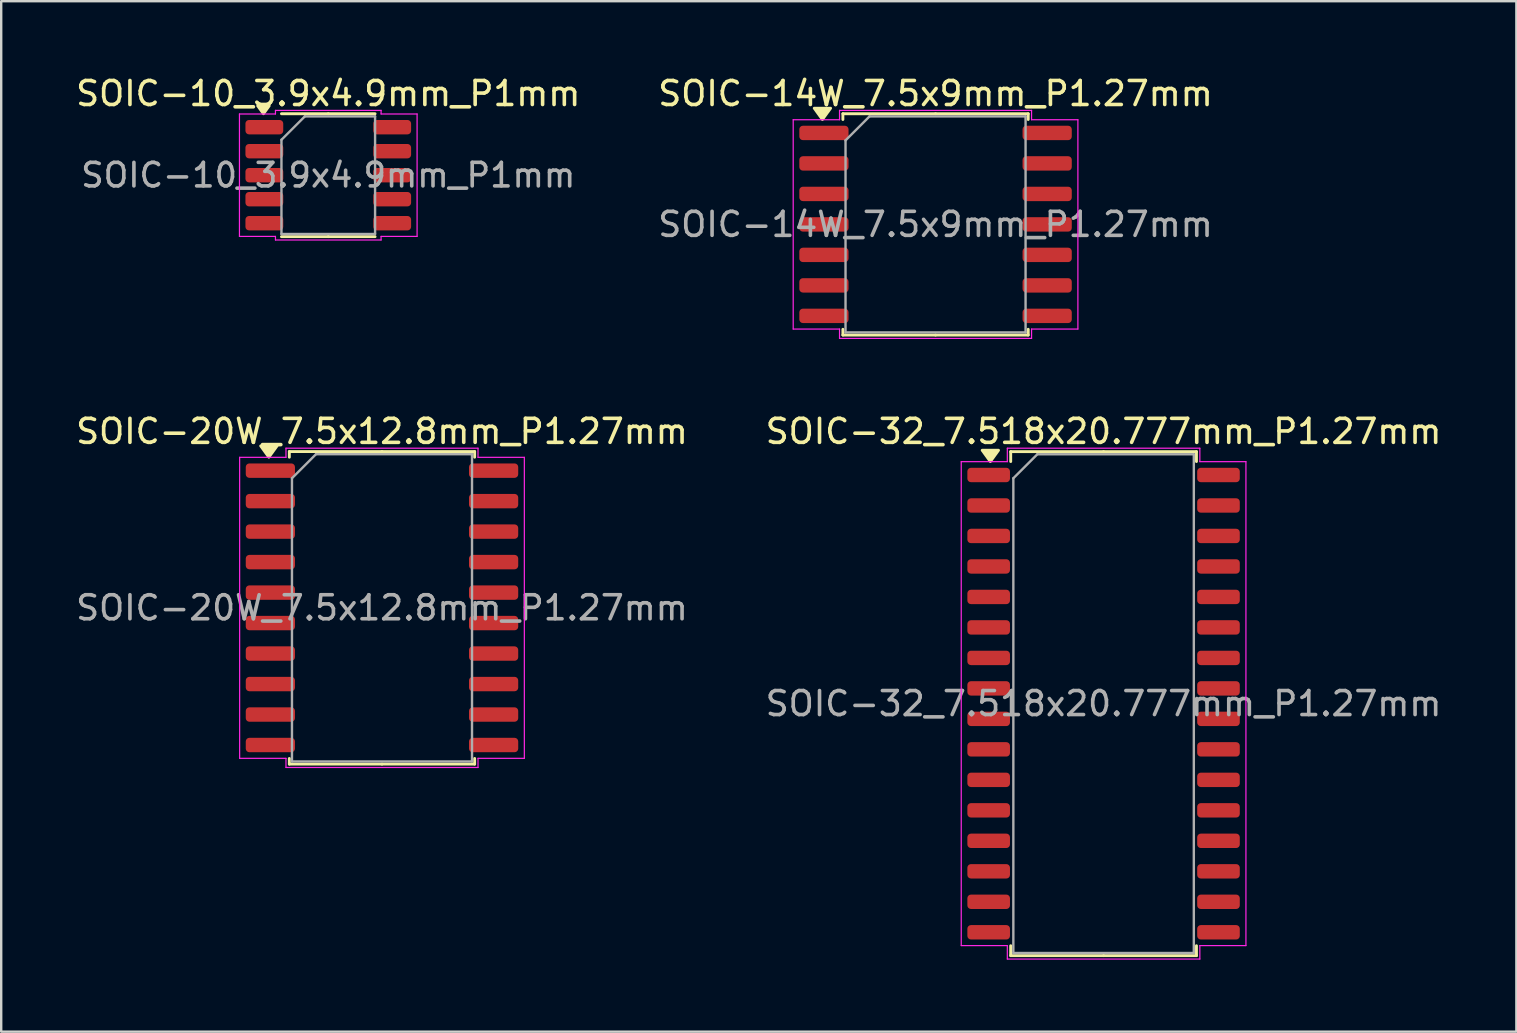
<source format=kicad_pcb>
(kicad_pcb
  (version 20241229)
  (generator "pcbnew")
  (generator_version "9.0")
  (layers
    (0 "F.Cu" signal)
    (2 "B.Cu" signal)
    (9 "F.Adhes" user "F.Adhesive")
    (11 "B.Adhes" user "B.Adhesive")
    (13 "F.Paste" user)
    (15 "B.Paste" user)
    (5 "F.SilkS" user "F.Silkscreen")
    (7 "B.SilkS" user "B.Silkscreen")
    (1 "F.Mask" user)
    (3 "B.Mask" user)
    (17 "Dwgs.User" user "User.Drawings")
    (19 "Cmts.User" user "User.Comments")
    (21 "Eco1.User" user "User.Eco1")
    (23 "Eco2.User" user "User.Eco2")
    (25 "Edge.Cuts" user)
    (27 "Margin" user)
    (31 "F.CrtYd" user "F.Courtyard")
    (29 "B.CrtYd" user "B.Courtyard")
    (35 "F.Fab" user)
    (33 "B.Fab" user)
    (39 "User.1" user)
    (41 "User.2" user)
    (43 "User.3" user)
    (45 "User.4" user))
  (footprint "SOIC-14W_7.5x9mm_P1.27mm"
    (layer "F.Cu")
    (at 35.923 6.298)
    (property "Reference" "SOIC-14W_7.5x9mm_P1.27mm" (at 0 -5.45 0) (layer "F.SilkS") (effects (font (size 1 1) (thickness 0.15))))
    (attr smd)
    (fp_line (start -3.86 -4.61) (end -3.86 -4.37) (stroke (width 0.12) (type solid)) (layer "F.SilkS"))
    (fp_line (start -3.86 4.61) (end -3.86 4.37) (stroke (width 0.12) (type solid)) (layer "F.SilkS"))
    (fp_line (start 0 -4.61) (end -3.86 -4.61) (stroke (width 0.12) (type solid)) (layer "F.SilkS"))
    (fp_line (start 0 -4.61) (end 3.86 -4.61) (stroke (width 0.12) (type solid)) (layer "F.SilkS"))
    (fp_line (start 0 4.61) (end -3.86 4.61) (stroke (width 0.12) (type solid)) (layer "F.SilkS"))
    (fp_line (start 0 4.61) (end 3.86 4.61) (stroke (width 0.12) (type solid)) (layer "F.SilkS"))
    (fp_line (start 3.86 -4.61) (end 3.86 -4.37) (stroke (width 0.12) (type solid)) (layer "F.SilkS"))
    (fp_line (start 3.86 4.61) (end 3.86 4.37) (stroke (width 0.12) (type solid)) (layer "F.SilkS"))
    (fp_poly (pts (xy -4.713 -4.37) (xy -5.053 -4.84) (xy -4.372 -4.84)) (stroke (width 0.12) (type solid)) (fill yes) (layer "F.SilkS"))
    (fp_line (start -5.93 -4.36) (end -4 -4.36) (stroke (width 0.05) (type solid)) (layer "F.CrtYd"))
    (fp_line (start -5.93 4.36) (end -5.93 -4.36) (stroke (width 0.05) (type solid)) (layer "F.CrtYd"))
    (fp_line (start -4 -4.75) (end 4 -4.75) (stroke (width 0.05) (type solid)) (layer "F.CrtYd"))
    (fp_line (start -4 -4.36) (end -4 -4.75) (stroke (width 0.05) (type solid)) (layer "F.CrtYd"))
    (fp_line (start -4 4.36) (end -5.93 4.36) (stroke (width 0.05) (type solid)) (layer "F.CrtYd"))
    (fp_line (start -4 4.75) (end -4 4.36) (stroke (width 0.05) (type solid)) (layer "F.CrtYd"))
    (fp_line (start 4 -4.75) (end 4 -4.36) (stroke (width 0.05) (type solid)) (layer "F.CrtYd"))
    (fp_line (start 4 -4.36) (end 5.93 -4.36) (stroke (width 0.05) (type solid)) (layer "F.CrtYd"))
    (fp_line (start 4 4.36) (end 4 4.75) (stroke (width 0.05) (type solid)) (layer "F.CrtYd"))
    (fp_line (start 4 4.75) (end -4 4.75) (stroke (width 0.05) (type solid)) (layer "F.CrtYd"))
    (fp_line (start 5.93 -4.36) (end 5.93 4.36) (stroke (width 0.05) (type solid)) (layer "F.CrtYd"))
    (fp_line (start 5.93 4.36) (end 4 4.36) (stroke (width 0.05) (type solid)) (layer "F.CrtYd"))
    (fp_line (start -3.75 -3.5) (end -2.75 -4.5) (stroke (width 0.1) (type solid)) (layer "F.Fab"))
    (fp_line (start -3.75 4.5) (end -3.75 -3.5) (stroke (width 0.1) (type solid)) (layer "F.Fab"))
    (fp_line (start -2.75 -4.5) (end 3.75 -4.5) (stroke (width 0.1) (type solid)) (layer "F.Fab"))
    (fp_line (start 3.75 -4.5) (end 3.75 4.5) (stroke (width 0.1) (type solid)) (layer "F.Fab"))
    (fp_line (start 3.75 4.5) (end -3.75 4.5) (stroke (width 0.1) (type solid)) (layer "F.Fab"))
    (fp_text user "${REFERENCE}" (at 0 0 0) (layer "F.Fab") (effects (font (size 1 1) (thickness 0.15))))
    (pad "1" smd roundrect (at -4.65 -3.81) (size 2.05 0.6) (layers "F.Cu" "F.Mask" "F.Paste") (roundrect_rratio 0.25))
    (pad "2" smd roundrect (at -4.65 -2.54) (size 2.05 0.6) (layers "F.Cu" "F.Mask" "F.Paste") (roundrect_rratio 0.25))
    (pad "3" smd roundrect (at -4.65 -1.27) (size 2.05 0.6) (layers "F.Cu" "F.Mask" "F.Paste") (roundrect_rratio 0.25))
    (pad "4" smd roundrect (at -4.65 0) (size 2.05 0.6) (layers "F.Cu" "F.Mask" "F.Paste") (roundrect_rratio 0.25))
    (pad "5" smd roundrect (at -4.65 1.27) (size 2.05 0.6) (layers "F.Cu" "F.Mask" "F.Paste") (roundrect_rratio 0.25))
    (pad "6" smd roundrect (at -4.65 2.54) (size 2.05 0.6) (layers "F.Cu" "F.Mask" "F.Paste") (roundrect_rratio 0.25))
    (pad "7" smd roundrect (at -4.65 3.81) (size 2.05 0.6) (layers "F.Cu" "F.Mask" "F.Paste") (roundrect_rratio 0.25))
    (pad "8" smd roundrect (at 4.65 3.81) (size 2.05 0.6) (layers "F.Cu" "F.Mask" "F.Paste") (roundrect_rratio 0.25))
    (pad "9" smd roundrect (at 4.65 2.54) (size 2.05 0.6) (layers "F.Cu" "F.Mask" "F.Paste") (roundrect_rratio 0.25))
    (pad "10" smd roundrect (at 4.65 1.27) (size 2.05 0.6) (layers "F.Cu" "F.Mask" "F.Paste") (roundrect_rratio 0.25))
    (pad "11" smd roundrect (at 4.65 0) (size 2.05 0.6) (layers "F.Cu" "F.Mask" "F.Paste") (roundrect_rratio 0.25))
    (pad "12" smd roundrect (at 4.65 -1.27) (size 2.05 0.6) (layers "F.Cu" "F.Mask" "F.Paste") (roundrect_rratio 0.25))
    (pad "13" smd roundrect (at 4.65 -2.54) (size 2.05 0.6) (layers "F.Cu" "F.Mask" "F.Paste") (roundrect_rratio 0.25))
    (pad "14" smd roundrect (at 4.65 -3.81) (size 2.05 0.6) (layers "F.Cu" "F.Mask" "F.Paste") (roundrect_rratio 0.25)))
  (footprint "SOIC-10_3.9x4.9mm_P1mm"
    (layer "F.Cu")
    (at 10.625 4.248)
    (property "Reference" "SOIC-10_3.9x4.9mm_P1mm" (at 0 -3.4 0) (layer "F.SilkS") (effects (font (size 1 1) (thickness 0.15))))
    (attr smd)
    (fp_line (start 0 -2.56) (end -1.95 -2.56) (stroke (width 0.12) (type solid)) (layer "F.SilkS"))
    (fp_line (start 0 -2.56) (end 1.95 -2.56) (stroke (width 0.12) (type solid)) (layer "F.SilkS"))
    (fp_line (start 0 2.56) (end -1.95 2.56) (stroke (width 0.12) (type solid)) (layer "F.SilkS"))
    (fp_line (start 0 2.56) (end 1.95 2.56) (stroke (width 0.12) (type solid)) (layer "F.SilkS"))
    (fp_poly (pts (xy -2.7 -2.56) (xy -2.94 -2.89) (xy -2.46 -2.89)) (stroke (width 0.12) (type solid)) (fill yes) (layer "F.SilkS"))
    (fp_line (start -3.7 -2.55) (end -2.2 -2.55) (stroke (width 0.05) (type solid)) (layer "F.CrtYd"))
    (fp_line (start -3.7 2.55) (end -3.7 -2.55) (stroke (width 0.05) (type solid)) (layer "F.CrtYd"))
    (fp_line (start -2.2 -2.7) (end 2.2 -2.7) (stroke (width 0.05) (type solid)) (layer "F.CrtYd"))
    (fp_line (start -2.2 -2.55) (end -2.2 -2.7) (stroke (width 0.05) (type solid)) (layer "F.CrtYd"))
    (fp_line (start -2.2 2.55) (end -3.7 2.55) (stroke (width 0.05) (type solid)) (layer "F.CrtYd"))
    (fp_line (start -2.2 2.7) (end -2.2 2.55) (stroke (width 0.05) (type solid)) (layer "F.CrtYd"))
    (fp_line (start 2.2 -2.7) (end 2.2 -2.55) (stroke (width 0.05) (type solid)) (layer "F.CrtYd"))
    (fp_line (start 2.2 -2.55) (end 3.7 -2.55) (stroke (width 0.05) (type solid)) (layer "F.CrtYd"))
    (fp_line (start 2.2 2.55) (end 2.2 2.7) (stroke (width 0.05) (type solid)) (layer "F.CrtYd"))
    (fp_line (start 2.2 2.7) (end -2.2 2.7) (stroke (width 0.05) (type solid)) (layer "F.CrtYd"))
    (fp_line (start 3.7 -2.55) (end 3.7 2.55) (stroke (width 0.05) (type solid)) (layer "F.CrtYd"))
    (fp_line (start 3.7 2.55) (end 2.2 2.55) (stroke (width 0.05) (type solid)) (layer "F.CrtYd"))
    (fp_line (start -1.95 -1.475) (end -0.975 -2.45) (stroke (width 0.1) (type solid)) (layer "F.Fab"))
    (fp_line (start -1.95 2.45) (end -1.95 -1.475) (stroke (width 0.1) (type solid)) (layer "F.Fab"))
    (fp_line (start -0.975 -2.45) (end 1.95 -2.45) (stroke (width 0.1) (type solid)) (layer "F.Fab"))
    (fp_line (start 1.95 -2.45) (end 1.95 2.45) (stroke (width 0.1) (type solid)) (layer "F.Fab"))
    (fp_line (start 1.95 2.45) (end -1.95 2.45) (stroke (width 0.1) (type solid)) (layer "F.Fab"))
    (fp_text user "${REFERENCE}" (at 0 0 0) (layer "F.Fab") (effects (font (size 0.98 0.98) (thickness 0.15))))
    (pad "1" smd roundrect (at -2.663 -2) (size 1.575 0.6) (layers "F.Cu" "F.Mask" "F.Paste") (roundrect_rratio 0.25))
    (pad "2" smd roundrect (at -2.663 -1) (size 1.575 0.6) (layers "F.Cu" "F.Mask" "F.Paste") (roundrect_rratio 0.25))
    (pad "3" smd roundrect (at -2.663 0) (size 1.575 0.6) (layers "F.Cu" "F.Mask" "F.Paste") (roundrect_rratio 0.25))
    (pad "4" smd roundrect (at -2.663 1) (size 1.575 0.6) (layers "F.Cu" "F.Mask" "F.Paste") (roundrect_rratio 0.25))
    (pad "5" smd roundrect (at -2.663 2) (size 1.575 0.6) (layers "F.Cu" "F.Mask" "F.Paste") (roundrect_rratio 0.25))
    (pad "6" smd roundrect (at 2.663 2) (size 1.575 0.6) (layers "F.Cu" "F.Mask" "F.Paste") (roundrect_rratio 0.25))
    (pad "7" smd roundrect (at 2.663 1) (size 1.575 0.6) (layers "F.Cu" "F.Mask" "F.Paste") (roundrect_rratio 0.25))
    (pad "8" smd roundrect (at 2.663 0) (size 1.575 0.6) (layers "F.Cu" "F.Mask" "F.Paste") (roundrect_rratio 0.25))
    (pad "9" smd roundrect (at 2.663 -1) (size 1.575 0.6) (layers "F.Cu" "F.Mask" "F.Paste") (roundrect_rratio 0.25))
    (pad "10" smd roundrect (at 2.663 -2) (size 1.575 0.6) (layers "F.Cu" "F.Mask" "F.Paste") (roundrect_rratio 0.25)))
  (footprint "SOIC-20W_7.5x12.8mm_P1.27mm"
    (layer "F.Cu")
    (at 12.863 22.271)
    (property "Reference" "SOIC-20W_7.5x12.8mm_P1.27mm" (at 0 -7.35 0) (layer "F.SilkS") (effects (font (size 1 1) (thickness 0.15))))
    (attr smd)
    (fp_line (start -3.86 -6.51) (end -3.86 -6.275) (stroke (width 0.12) (type solid)) (layer "F.SilkS"))
    (fp_line (start -3.86 6.51) (end -3.86 6.275) (stroke (width 0.12) (type solid)) (layer "F.SilkS"))
    (fp_line (start 0 -6.51) (end -3.86 -6.51) (stroke (width 0.12) (type solid)) (layer "F.SilkS"))
    (fp_line (start 0 -6.51) (end 3.86 -6.51) (stroke (width 0.12) (type solid)) (layer "F.SilkS"))
    (fp_line (start 0 6.51) (end -3.86 6.51) (stroke (width 0.12) (type solid)) (layer "F.SilkS"))
    (fp_line (start 0 6.51) (end 3.86 6.51) (stroke (width 0.12) (type solid)) (layer "F.SilkS"))
    (fp_line (start 3.86 -6.51) (end 3.86 -6.275) (stroke (width 0.12) (type solid)) (layer "F.SilkS"))
    (fp_line (start 3.86 6.51) (end 3.86 6.275) (stroke (width 0.12) (type solid)) (layer "F.SilkS"))
    (fp_poly (pts (xy -4.713 -6.275) (xy -5.053 -6.745) (xy -4.372 -6.745)) (stroke (width 0.12) (type solid)) (fill yes) (layer "F.SilkS"))
    (fp_line (start -5.93 -6.27) (end -4 -6.27) (stroke (width 0.05) (type solid)) (layer "F.CrtYd"))
    (fp_line (start -5.93 6.27) (end -5.93 -6.27) (stroke (width 0.05) (type solid)) (layer "F.CrtYd"))
    (fp_line (start -4 -6.65) (end 4 -6.65) (stroke (width 0.05) (type solid)) (layer "F.CrtYd"))
    (fp_line (start -4 -6.27) (end -4 -6.65) (stroke (width 0.05) (type solid)) (layer "F.CrtYd"))
    (fp_line (start -4 6.27) (end -5.93 6.27) (stroke (width 0.05) (type solid)) (layer "F.CrtYd"))
    (fp_line (start -4 6.65) (end -4 6.27) (stroke (width 0.05) (type solid)) (layer "F.CrtYd"))
    (fp_line (start 4 -6.65) (end 4 -6.27) (stroke (width 0.05) (type solid)) (layer "F.CrtYd"))
    (fp_line (start 4 -6.27) (end 5.93 -6.27) (stroke (width 0.05) (type solid)) (layer "F.CrtYd"))
    (fp_line (start 4 6.27) (end 4 6.65) (stroke (width 0.05) (type solid)) (layer "F.CrtYd"))
    (fp_line (start 4 6.65) (end -4 6.65) (stroke (width 0.05) (type solid)) (layer "F.CrtYd"))
    (fp_line (start 5.93 -6.27) (end 5.93 6.27) (stroke (width 0.05) (type solid)) (layer "F.CrtYd"))
    (fp_line (start 5.93 6.27) (end 4 6.27) (stroke (width 0.05) (type solid)) (layer "F.CrtYd"))
    (fp_line (start -3.75 -5.4) (end -2.75 -6.4) (stroke (width 0.1) (type solid)) (layer "F.Fab"))
    (fp_line (start -3.75 6.4) (end -3.75 -5.4) (stroke (width 0.1) (type solid)) (layer "F.Fab"))
    (fp_line (start -2.75 -6.4) (end 3.75 -6.4) (stroke (width 0.1) (type solid)) (layer "F.Fab"))
    (fp_line (start 3.75 -6.4) (end 3.75 6.4) (stroke (width 0.1) (type solid)) (layer "F.Fab"))
    (fp_line (start 3.75 6.4) (end -3.75 6.4) (stroke (width 0.1) (type solid)) (layer "F.Fab"))
    (fp_text user "${REFERENCE}" (at 0 0 0) (layer "F.Fab") (effects (font (size 1 1) (thickness 0.15))))
    (pad "1" smd roundrect (at -4.65 -5.715) (size 2.05 0.6) (layers "F.Cu" "F.Mask" "F.Paste") (roundrect_rratio 0.25))
    (pad "2" smd roundrect (at -4.65 -4.445) (size 2.05 0.6) (layers "F.Cu" "F.Mask" "F.Paste") (roundrect_rratio 0.25))
    (pad "3" smd roundrect (at -4.65 -3.175) (size 2.05 0.6) (layers "F.Cu" "F.Mask" "F.Paste") (roundrect_rratio 0.25))
    (pad "4" smd roundrect (at -4.65 -1.905) (size 2.05 0.6) (layers "F.Cu" "F.Mask" "F.Paste") (roundrect_rratio 0.25))
    (pad "5" smd roundrect (at -4.65 -0.635) (size 2.05 0.6) (layers "F.Cu" "F.Mask" "F.Paste") (roundrect_rratio 0.25))
    (pad "6" smd roundrect (at -4.65 0.635) (size 2.05 0.6) (layers "F.Cu" "F.Mask" "F.Paste") (roundrect_rratio 0.25))
    (pad "7" smd roundrect (at -4.65 1.905) (size 2.05 0.6) (layers "F.Cu" "F.Mask" "F.Paste") (roundrect_rratio 0.25))
    (pad "8" smd roundrect (at -4.65 3.175) (size 2.05 0.6) (layers "F.Cu" "F.Mask" "F.Paste") (roundrect_rratio 0.25))
    (pad "9" smd roundrect (at -4.65 4.445) (size 2.05 0.6) (layers "F.Cu" "F.Mask" "F.Paste") (roundrect_rratio 0.25))
    (pad "10" smd roundrect (at -4.65 5.715) (size 2.05 0.6) (layers "F.Cu" "F.Mask" "F.Paste") (roundrect_rratio 0.25))
    (pad "11" smd roundrect (at 4.65 5.715) (size 2.05 0.6) (layers "F.Cu" "F.Mask" "F.Paste") (roundrect_rratio 0.25))
    (pad "12" smd roundrect (at 4.65 4.445) (size 2.05 0.6) (layers "F.Cu" "F.Mask" "F.Paste") (roundrect_rratio 0.25))
    (pad "13" smd roundrect (at 4.65 3.175) (size 2.05 0.6) (layers "F.Cu" "F.Mask" "F.Paste") (roundrect_rratio 0.25))
    (pad "14" smd roundrect (at 4.65 1.905) (size 2.05 0.6) (layers "F.Cu" "F.Mask" "F.Paste") (roundrect_rratio 0.25))
    (pad "15" smd roundrect (at 4.65 0.635) (size 2.05 0.6) (layers "F.Cu" "F.Mask" "F.Paste") (roundrect_rratio 0.25))
    (pad "16" smd roundrect (at 4.65 -0.635) (size 2.05 0.6) (layers "F.Cu" "F.Mask" "F.Paste") (roundrect_rratio 0.25))
    (pad "17" smd roundrect (at 4.65 -1.905) (size 2.05 0.6) (layers "F.Cu" "F.Mask" "F.Paste") (roundrect_rratio 0.25))
    (pad "18" smd roundrect (at 4.65 -3.175) (size 2.05 0.6) (layers "F.Cu" "F.Mask" "F.Paste") (roundrect_rratio 0.25))
    (pad "19" smd roundrect (at 4.65 -4.445) (size 2.05 0.6) (layers "F.Cu" "F.Mask" "F.Paste") (roundrect_rratio 0.25))
    (pad "20" smd roundrect (at 4.65 -5.715) (size 2.05 0.6) (layers "F.Cu" "F.Mask" "F.Paste") (roundrect_rratio 0.25)))
  (footprint "SOIC-32_7.518x20.777mm_P1.27mm"
    (layer "F.Cu")
    (at 42.923 26.262)
    (property "Reference" "SOIC-32_7.518x20.777mm_P1.27mm" (at 0 -11.34 0) (layer "F.SilkS") (effects (font (size 1 1) (thickness 0.15))))
    (attr smd)
    (fp_line (start -3.869 -10.498) (end -3.869 -10.085) (stroke (width 0.12) (type solid)) (layer "F.SilkS"))
    (fp_line (start -3.869 10.498) (end -3.869 10.085) (stroke (width 0.12) (type solid)) (layer "F.SilkS"))
    (fp_line (start 0 -10.498) (end -3.869 -10.498) (stroke (width 0.12) (type solid)) (layer "F.SilkS"))
    (fp_line (start 0 -10.498) (end 3.869 -10.498) (stroke (width 0.12) (type solid)) (layer "F.SilkS"))
    (fp_line (start 0 10.498) (end -3.869 10.498) (stroke (width 0.12) (type solid)) (layer "F.SilkS"))
    (fp_line (start 0 10.498) (end 3.869 10.498) (stroke (width 0.12) (type solid)) (layer "F.SilkS"))
    (fp_line (start 3.869 -10.498) (end 3.869 -10.085) (stroke (width 0.12) (type solid)) (layer "F.SilkS"))
    (fp_line (start 3.869 10.498) (end 3.869 10.085) (stroke (width 0.12) (type solid)) (layer "F.SilkS"))
    (fp_poly (pts (xy -4.717 -10.085) (xy -5.057 -10.555) (xy -4.377 -10.555)) (stroke (width 0.12) (type solid)) (fill yes) (layer "F.SilkS"))
    (fp_line (start -5.93 -10.08) (end -4.01 -10.08) (stroke (width 0.05) (type solid)) (layer "F.CrtYd"))
    (fp_line (start -5.93 10.08) (end -5.93 -10.08) (stroke (width 0.05) (type solid)) (layer "F.CrtYd"))
    (fp_line (start -4.01 -10.64) (end 4.01 -10.64) (stroke (width 0.05) (type solid)) (layer "F.CrtYd"))
    (fp_line (start -4.01 -10.08) (end -4.01 -10.64) (stroke (width 0.05) (type solid)) (layer "F.CrtYd"))
    (fp_line (start -4.01 10.08) (end -5.93 10.08) (stroke (width 0.05) (type solid)) (layer "F.CrtYd"))
    (fp_line (start -4.01 10.64) (end -4.01 10.08) (stroke (width 0.05) (type solid)) (layer "F.CrtYd"))
    (fp_line (start 4.01 -10.64) (end 4.01 -10.08) (stroke (width 0.05) (type solid)) (layer "F.CrtYd"))
    (fp_line (start 4.01 -10.08) (end 5.93 -10.08) (stroke (width 0.05) (type solid)) (layer "F.CrtYd"))
    (fp_line (start 4.01 10.08) (end 4.01 10.64) (stroke (width 0.05) (type solid)) (layer "F.CrtYd"))
    (fp_line (start 4.01 10.64) (end -4.01 10.64) (stroke (width 0.05) (type solid)) (layer "F.CrtYd"))
    (fp_line (start 5.93 -10.08) (end 5.93 10.08) (stroke (width 0.05) (type solid)) (layer "F.CrtYd"))
    (fp_line (start 5.93 10.08) (end 4.01 10.08) (stroke (width 0.05) (type solid)) (layer "F.CrtYd"))
    (fp_line (start -3.759 -9.389) (end -2.759 -10.389) (stroke (width 0.1) (type solid)) (layer "F.Fab"))
    (fp_line (start -3.759 10.389) (end -3.759 -9.389) (stroke (width 0.1) (type solid)) (layer "F.Fab"))
    (fp_line (start -2.759 -10.389) (end 3.759 -10.389) (stroke (width 0.1) (type solid)) (layer "F.Fab"))
    (fp_line (start 3.759 -10.389) (end 3.759 10.389) (stroke (width 0.1) (type solid)) (layer "F.Fab"))
    (fp_line (start 3.759 10.389) (end -3.759 10.389) (stroke (width 0.1) (type solid)) (layer "F.Fab"))
    (fp_text user "${REFERENCE}" (at 0 0 0) (layer "F.Fab") (effects (font (size 1 1) (thickness 0.15))))
    (pad "1" smd roundrect (at -4.787 -9.525) (size 1.775 0.6) (layers "F.Cu" "F.Mask" "F.Paste") (roundrect_rratio 0.25))
    (pad "2" smd roundrect (at -4.787 -8.255) (size 1.775 0.6) (layers "F.Cu" "F.Mask" "F.Paste") (roundrect_rratio 0.25))
    (pad "3" smd roundrect (at -4.787 -6.985) (size 1.775 0.6) (layers "F.Cu" "F.Mask" "F.Paste") (roundrect_rratio 0.25))
    (pad "4" smd roundrect (at -4.787 -5.715) (size 1.775 0.6) (layers "F.Cu" "F.Mask" "F.Paste") (roundrect_rratio 0.25))
    (pad "5" smd roundrect (at -4.787 -4.445) (size 1.775 0.6) (layers "F.Cu" "F.Mask" "F.Paste") (roundrect_rratio 0.25))
    (pad "6" smd roundrect (at -4.787 -3.175) (size 1.775 0.6) (layers "F.Cu" "F.Mask" "F.Paste") (roundrect_rratio 0.25))
    (pad "7" smd roundrect (at -4.787 -1.905) (size 1.775 0.6) (layers "F.Cu" "F.Mask" "F.Paste") (roundrect_rratio 0.25))
    (pad "8" smd roundrect (at -4.787 -0.635) (size 1.775 0.6) (layers "F.Cu" "F.Mask" "F.Paste") (roundrect_rratio 0.25))
    (pad "9" smd roundrect (at -4.787 0.635) (size 1.775 0.6) (layers "F.Cu" "F.Mask" "F.Paste") (roundrect_rratio 0.25))
    (pad "10" smd roundrect (at -4.787 1.905) (size 1.775 0.6) (layers "F.Cu" "F.Mask" "F.Paste") (roundrect_rratio 0.25))
    (pad "11" smd roundrect (at -4.787 3.175) (size 1.775 0.6) (layers "F.Cu" "F.Mask" "F.Paste") (roundrect_rratio 0.25))
    (pad "12" smd roundrect (at -4.787 4.445) (size 1.775 0.6) (layers "F.Cu" "F.Mask" "F.Paste") (roundrect_rratio 0.25))
    (pad "13" smd roundrect (at -4.787 5.715) (size 1.775 0.6) (layers "F.Cu" "F.Mask" "F.Paste") (roundrect_rratio 0.25))
    (pad "14" smd roundrect (at -4.787 6.985) (size 1.775 0.6) (layers "F.Cu" "F.Mask" "F.Paste") (roundrect_rratio 0.25))
    (pad "15" smd roundrect (at -4.787 8.255) (size 1.775 0.6) (layers "F.Cu" "F.Mask" "F.Paste") (roundrect_rratio 0.25))
    (pad "16" smd roundrect (at -4.787 9.525) (size 1.775 0.6) (layers "F.Cu" "F.Mask" "F.Paste") (roundrect_rratio 0.25))
    (pad "17" smd roundrect (at 4.787 9.525) (size 1.775 0.6) (layers "F.Cu" "F.Mask" "F.Paste") (roundrect_rratio 0.25))
    (pad "18" smd roundrect (at 4.787 8.255) (size 1.775 0.6) (layers "F.Cu" "F.Mask" "F.Paste") (roundrect_rratio 0.25))
    (pad "19" smd roundrect (at 4.787 6.985) (size 1.775 0.6) (layers "F.Cu" "F.Mask" "F.Paste") (roundrect_rratio 0.25))
    (pad "20" smd roundrect (at 4.787 5.715) (size 1.775 0.6) (layers "F.Cu" "F.Mask" "F.Paste") (roundrect_rratio 0.25))
    (pad "21" smd roundrect (at 4.787 4.445) (size 1.775 0.6) (layers "F.Cu" "F.Mask" "F.Paste") (roundrect_rratio 0.25))
    (pad "22" smd roundrect (at 4.787 3.175) (size 1.775 0.6) (layers "F.Cu" "F.Mask" "F.Paste") (roundrect_rratio 0.25))
    (pad "23" smd roundrect (at 4.787 1.905) (size 1.775 0.6) (layers "F.Cu" "F.Mask" "F.Paste") (roundrect_rratio 0.25))
    (pad "24" smd roundrect (at 4.787 0.635) (size 1.775 0.6) (layers "F.Cu" "F.Mask" "F.Paste") (roundrect_rratio 0.25))
    (pad "25" smd roundrect (at 4.787 -0.635) (size 1.775 0.6) (layers "F.Cu" "F.Mask" "F.Paste") (roundrect_rratio 0.25))
    (pad "26" smd roundrect (at 4.787 -1.905) (size 1.775 0.6) (layers "F.Cu" "F.Mask" "F.Paste") (roundrect_rratio 0.25))
    (pad "27" smd roundrect (at 4.787 -3.175) (size 1.775 0.6) (layers "F.Cu" "F.Mask" "F.Paste") (roundrect_rratio 0.25))
    (pad "28" smd roundrect (at 4.787 -4.445) (size 1.775 0.6) (layers "F.Cu" "F.Mask" "F.Paste") (roundrect_rratio 0.25))
    (pad "29" smd roundrect (at 4.787 -5.715) (size 1.775 0.6) (layers "F.Cu" "F.Mask" "F.Paste") (roundrect_rratio 0.25))
    (pad "30" smd roundrect (at 4.787 -6.985) (size 1.775 0.6) (layers "F.Cu" "F.Mask" "F.Paste") (roundrect_rratio 0.25))
    (pad "31" smd roundrect (at 4.787 -8.255) (size 1.775 0.6) (layers "F.Cu" "F.Mask" "F.Paste") (roundrect_rratio 0.25))
    (pad "32" smd roundrect (at 4.787 -9.525) (size 1.775 0.6) (layers "F.Cu" "F.Mask" "F.Paste") (roundrect_rratio 0.25)))
  (gr_rect
    (start -3 -3)
    (end 60.119 39.926)
    (stroke (width 0.1) (type default))
    (fill no)
    (layer "Edge.Cuts")))
</source>
